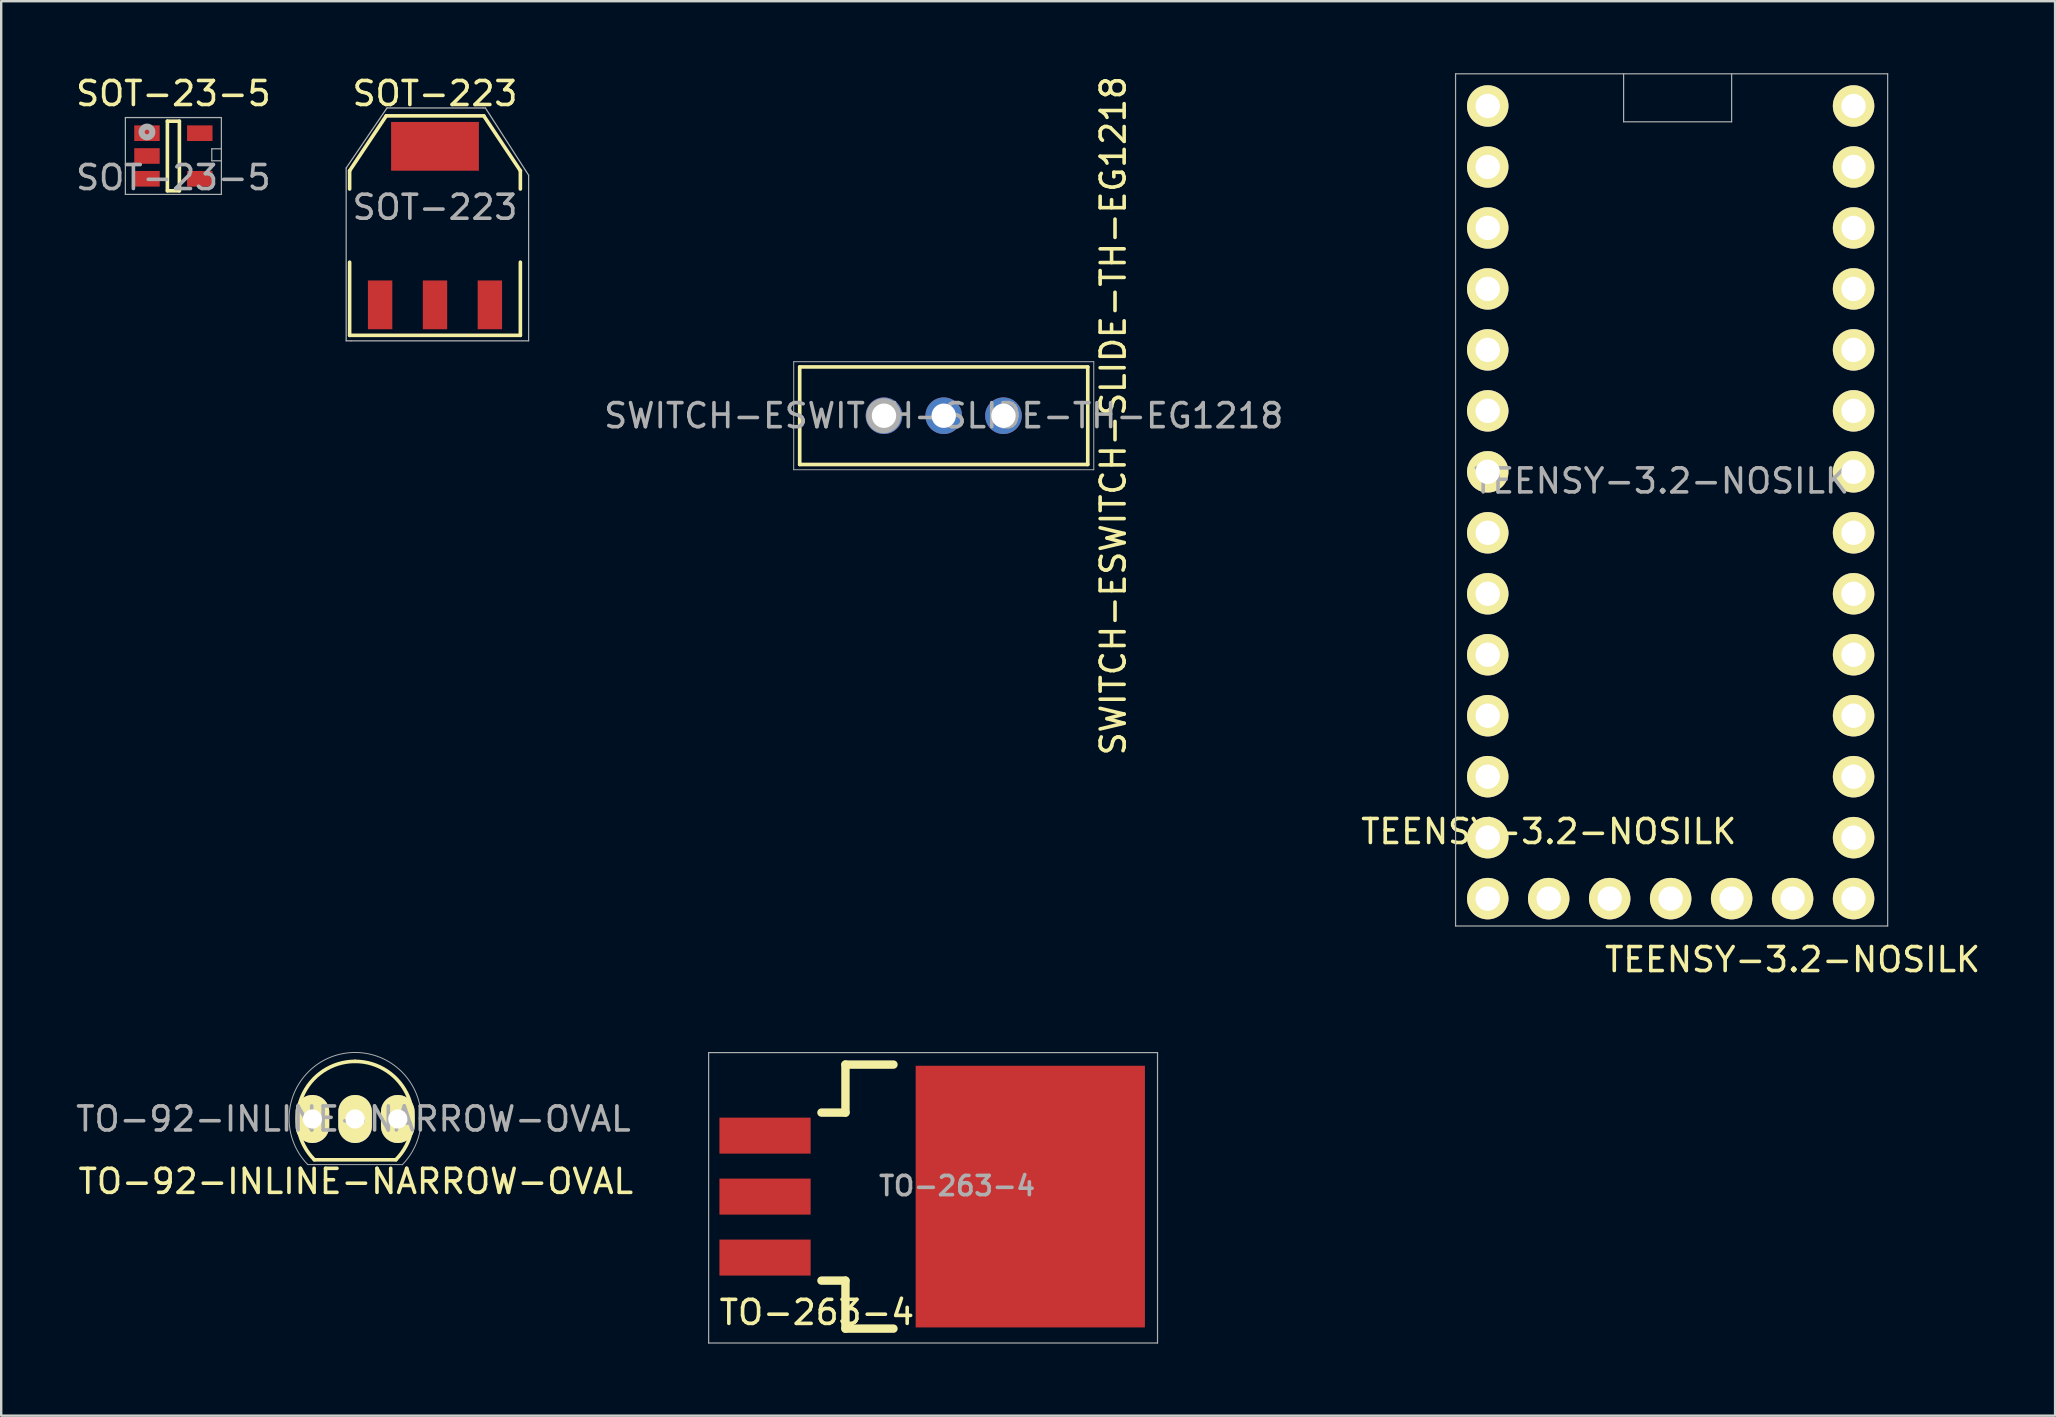
<source format=kicad_pcb>
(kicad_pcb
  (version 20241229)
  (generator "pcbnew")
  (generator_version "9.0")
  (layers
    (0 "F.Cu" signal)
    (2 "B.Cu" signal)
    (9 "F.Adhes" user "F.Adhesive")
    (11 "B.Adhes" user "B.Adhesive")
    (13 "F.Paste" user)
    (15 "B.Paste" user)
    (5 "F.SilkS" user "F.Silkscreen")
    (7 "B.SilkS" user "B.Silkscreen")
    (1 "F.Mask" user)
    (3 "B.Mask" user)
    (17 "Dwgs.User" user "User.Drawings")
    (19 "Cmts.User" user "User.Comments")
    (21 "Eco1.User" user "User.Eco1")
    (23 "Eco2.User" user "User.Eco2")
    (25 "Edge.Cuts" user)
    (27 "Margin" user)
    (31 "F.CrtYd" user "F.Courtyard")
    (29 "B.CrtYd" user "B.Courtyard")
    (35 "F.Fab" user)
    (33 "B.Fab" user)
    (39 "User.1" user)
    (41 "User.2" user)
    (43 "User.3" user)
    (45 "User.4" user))
  (footprint "TO-92-INLINE-NARROW-OVAL"
    (layer "F.Cu")
    (at 10.473 43.565)
    (property "Reference" "TO-92-INLINE-NARROW-OVAL" (at 1.2 0 180) (layer "F.Fab") (effects (font (size 1 1) (thickness 0.15))))
    (attr through_hole)
    (fp_line (start -0.43 1.7) (end 2.97 1.7) (stroke (width 0.15) (type solid)) (layer "F.SilkS"))
    (fp_arc (start -0.427056 1.697056) (mid -0.947311 -0.91844) (end 1.27 -2.4) (stroke (width 0.15) (type solid)) (layer "F.SilkS"))
    (fp_arc (start 1.27 -2.4) (mid 3.487311 -0.91844) (end 2.967056 1.697056) (stroke (width 0.15) (type solid)) (layer "F.SilkS"))
    (fp_line (start -0.7 1.9) (end 3.2 1.9) (stroke (width 0.041) (type solid)) (layer "F.Fab"))
    (fp_arc (start -0.7 1.9) (mid 1.27687 -2.77103) (end 3.230386 1.909815) (stroke (width 0.04064) (type solid)) (layer "F.Fab"))
    (fp_text user "${REFERENCE}" (at 1.3 2.6 180) (layer "F.SilkS") (effects (font (size 1 1) (thickness 0.15))))
    (pad "1" thru_hole oval (at -0.508 0 180) (size 1.4 2) (drill 0.8) (layers "*.Cu" "*.Mask" "F.SilkS"))
    (pad "2" thru_hole oval (at 1.27 0 180) (size 1.4 2) (drill 0.8) (layers "*.Cu" "*.Mask" "F.SilkS"))
    (pad "3" thru_hole oval (at 3.048 0 180) (size 1.4 2) (drill 0.8) (layers "*.Cu" "*.Mask" "F.SilkS")))
  (footprint "TO-263-4"
    (layer "F.Cu")
    (at 35.17 46.798)
    (property "Reference" "TO-263-4" (at 1.651 -0.445 0) (layer "F.Fab") (effects (font (size 0.8 0.8) (thickness 0.15))))
    (attr smd)
    (fp_line (start -3 -5.5) (end -3 -3.5) (stroke (width 0.35) (type solid)) (layer "F.SilkS"))
    (fp_line (start -3 -3.5) (end -4 -3.5) (stroke (width 0.35) (type solid)) (layer "F.SilkS"))
    (fp_line (start -3 3.5) (end -4 3.5) (stroke (width 0.35) (type solid)) (layer "F.SilkS"))
    (fp_line (start -3 5.5) (end -3 3.5) (stroke (width 0.35) (type solid)) (layer "F.SilkS"))
    (fp_line (start -1 -5.5) (end -3 -5.5) (stroke (width 0.35) (type solid)) (layer "F.SilkS"))
    (fp_line (start -1 5.5) (end -3 5.5) (stroke (width 0.35) (type solid)) (layer "F.SilkS"))
    (fp_line (start -8.7 -6) (end -8.7 6.1) (stroke (width 0.05) (type solid)) (layer "F.Fab"))
    (fp_line (start -8.7 6.1) (end 10 6.1) (stroke (width 0.05) (type solid)) (layer "F.Fab"))
    (fp_line (start 10 -6) (end -8.7 -6) (stroke (width 0.05) (type solid)) (layer "F.Fab"))
    (fp_line (start 10 6.1) (end 10 -6) (stroke (width 0.05) (type solid)) (layer "F.Fab"))
    (fp_text user "${REFERENCE}" (at -4.191 4.826 180) (layer "F.SilkS") (effects (font (size 1 1) (thickness 0.15))))
    (pad "" smd rect (at 1.5 -3 180) (size 2.3 2.3) (layers "F.Paste"))
    (pad "" smd rect (at 1.5 0 180) (size 2.3 2.3) (layers "F.Paste"))
    (pad "" smd rect (at 1.5 3 180) (size 2.3 2.3) (layers "F.Paste"))
    (pad "" smd rect (at 5 -3 180) (size 2.3 2.3) (layers "F.Paste"))
    (pad "" smd rect (at 5 0 180) (size 2.3 2.3) (layers "F.Paste"))
    (pad "" smd rect (at 5 3 180) (size 2.3 2.3) (layers "F.Paste"))
    (pad "1" smd rect (at -6.35 -2.54 180) (size 3.8 1.5) (layers "F.Cu" "F.Mask" "F.Paste"))
    (pad "2" smd rect (at -6.35 0 180) (size 3.8 1.5) (layers "F.Cu" "F.Mask" "F.Paste"))
    (pad "2" smd rect (at 4.7 0 180) (size 9.55 10.9) (layers "F.Cu" "F.Mask"))
    (pad "3" smd rect (at -6.35 2.54 180) (size 3.8 1.5) (layers "F.Cu" "F.Mask" "F.Paste")))
  (footprint "SOT-23-5"
    (layer "F.Cu")
    (at 4.173 3.448)
    (property "Reference" "SOT-23-5" (at 0 0.9 180) (layer "F.Fab") (effects (font (size 1 1) (thickness 0.15))))
    (attr smd)
    (fp_line (start -0.25 -1.45) (end -0.25 1.45) (stroke (width 0.15) (type solid)) (layer "F.SilkS"))
    (fp_line (start -0.25 1.45) (end 0.25 1.45) (stroke (width 0.15) (type solid)) (layer "F.SilkS"))
    (fp_line (start 0.25 -1.45) (end -0.25 -1.45) (stroke (width 0.15) (type solid)) (layer "F.SilkS"))
    (fp_line (start 0.25 1.45) (end 0.25 -1.45) (stroke (width 0.15) (type solid)) (layer "F.SilkS"))
    (fp_line (start -2 -1.6) (end 2 -1.6) (stroke (width 0.051) (type solid)) (layer "F.Fab"))
    (fp_line (start -2 1.6) (end -2 -1.6) (stroke (width 0.051) (type solid)) (layer "F.Fab"))
    (fp_line (start 1.6 -0.3) (end 1.6 0.2) (stroke (width 0.05) (type solid)) (layer "F.Fab"))
    (fp_line (start 1.6 0.2) (end 2 0.2) (stroke (width 0.05) (type solid)) (layer "F.Fab"))
    (fp_line (start 2 -1.6) (end 2 1.6) (stroke (width 0.051) (type solid)) (layer "F.Fab"))
    (fp_line (start 2 -0.3) (end 1.6 -0.3) (stroke (width 0.05) (type solid)) (layer "F.Fab"))
    (fp_line (start 2 1.6) (end -2 1.6) (stroke (width 0.051) (type solid)) (layer "F.Fab"))
    (fp_circle (center -1.1 -1) (end -1 -0.8) (stroke (width 0.254) (type solid)) (fill no) (layer "F.Fab"))
    (fp_text user "${REFERENCE}" (at 0 -2.6 0) (layer "F.SilkS") (effects (font (size 1 1) (thickness 0.15))))
    (pad "1" smd rect (at -1.1 -0.95) (size 1.06 0.65) (layers "F.Cu" "F.Mask" "F.Paste"))
    (pad "2" smd rect (at -1.1 0) (size 1.06 0.65) (layers "F.Cu" "F.Mask" "F.Paste"))
    (pad "3" smd rect (at -1.1 0.95) (size 1.06 0.65) (layers "F.Cu" "F.Mask" "F.Paste"))
    (pad "4" smd rect (at 1.1 0.95) (size 1.06 0.65) (layers "F.Cu" "F.Mask" "F.Paste"))
    (pad "5" smd rect (at 1.1 -0.95) (size 1.06 0.65) (layers "F.Cu" "F.Mask" "F.Paste")))
  (footprint "TEENSY-3.2-NOSILK"
    (layer "F.Cu")
    (at 66.165 17.113)
    (property "Reference" "TEENSY-3.2-NOSILK" (at 0 -0.127 0) (layer "F.Fab") (effects (font (size 1 1) (thickness 0.15))))
    (attr through_hole)
    (fp_line (start -8.579 -17.088) (end -8.579 18.412) (stroke (width 0.05) (type solid)) (layer "F.Fab"))
    (fp_line (start -8.579 18.412) (end 9.421 18.412) (stroke (width 0.05) (type solid)) (layer "F.Fab"))
    (fp_line (start -1.579 -17.088) (end -1.579 -15.088) (stroke (width 0.05) (type solid)) (layer "F.Fab"))
    (fp_line (start -1.579 -15.088) (end 2.921 -15.088) (stroke (width 0.05) (type solid)) (layer "F.Fab"))
    (fp_line (start 2.921 -15.088) (end 2.921 -17.088) (stroke (width 0.05) (type solid)) (layer "F.Fab"))
    (fp_line (start 9.421 -17.088) (end -8.579 -17.088) (stroke (width 0.05) (type solid)) (layer "F.Fab"))
    (fp_line (start 9.421 18.412) (end 9.421 -17.088) (stroke (width 0.05) (type solid)) (layer "F.Fab"))
    (fp_text user "${REFERENCE}" (at -4.699 14.478 0) (layer "F.SilkS") (effects (font (size 1 1) (thickness 0.15))))
    (fp_text user "${REFERENCE}" (at 5.461 19.812 0) (layer "F.SilkS") (effects (font (size 1 1) (thickness 0.15))))
    (pad "0" thru_hole circle (at -7.239 -13.208) (size 1.727 1.727) (drill 1.016) (layers "*.Cu" "*.Mask" "F.SilkS"))
    (pad "1" thru_hole circle (at -7.239 -10.668) (size 1.727 1.727) (drill 1.016) (layers "*.Cu" "*.Mask" "F.SilkS"))
    (pad "2" thru_hole circle (at -7.239 -8.128) (size 1.727 1.727) (drill 1.016) (layers "*.Cu" "*.Mask" "F.SilkS"))
    (pad "3" thru_hole circle (at -7.239 -5.588) (size 1.727 1.727) (drill 1.016) (layers "*.Cu" "*.Mask" "F.SilkS"))
    (pad "3V1" thru_hole circle (at -2.159 17.272) (size 1.727 1.727) (drill 1.016) (layers "*.Cu" "*.Mask" "F.SilkS"))
    (pad "3V2" thru_hole circle (at 8.001 -10.668) (size 1.727 1.727) (drill 1.016) (layers "*.Cu" "*.Mask" "F.SilkS"))
    (pad "4" thru_hole circle (at -7.239 -3.048) (size 1.727 1.727) (drill 1.016) (layers "*.Cu" "*.Mask" "F.SilkS"))
    (pad "5" thru_hole circle (at -7.239 -0.508) (size 1.727 1.727) (drill 1.016) (layers "*.Cu" "*.Mask" "F.SilkS"))
    (pad "6" thru_hole circle (at -7.239 2.032) (size 1.727 1.727) (drill 1.016) (layers "*.Cu" "*.Mask" "F.SilkS"))
    (pad "7" thru_hole circle (at -7.239 4.572) (size 1.727 1.727) (drill 1.016) (layers "*.Cu" "*.Mask" "F.SilkS"))
    (pad "8" thru_hole circle (at -7.239 7.112) (size 1.727 1.727) (drill 1.016) (layers "*.Cu" "*.Mask" "F.SilkS"))
    (pad "9" thru_hole circle (at -7.239 9.652) (size 1.727 1.727) (drill 1.016) (layers "*.Cu" "*.Mask" "F.SilkS"))
    (pad "10" thru_hole circle (at -7.239 12.192) (size 1.727 1.727) (drill 1.016) (layers "*.Cu" "*.Mask" "F.SilkS"))
    (pad "11" thru_hole circle (at -7.239 14.732) (size 1.727 1.727) (drill 1.016) (layers "*.Cu" "*.Mask" "F.SilkS"))
    (pad "12" thru_hole circle (at -7.239 17.272) (size 1.727 1.727) (drill 1.016) (layers "*.Cu" "*.Mask" "F.SilkS"))
    (pad "13" thru_hole circle (at 8.001 17.272) (size 1.727 1.727) (drill 1.016) (layers "*.Cu" "*.Mask" "F.SilkS"))
    (pad "14" thru_hole circle (at 8.001 14.732) (size 1.727 1.727) (drill 1.016) (layers "*.Cu" "*.Mask" "F.SilkS"))
    (pad "15" thru_hole circle (at 8.001 12.192) (size 1.727 1.727) (drill 1.016) (layers "*.Cu" "*.Mask" "F.SilkS"))
    (pad "16" thru_hole circle (at 8.001 9.652) (size 1.727 1.727) (drill 1.016) (layers "*.Cu" "*.Mask" "F.SilkS"))
    (pad "17" thru_hole circle (at 8.001 7.112) (size 1.727 1.727) (drill 1.016) (layers "*.Cu" "*.Mask" "F.SilkS"))
    (pad "18" thru_hole circle (at 8.001 4.572) (size 1.727 1.727) (drill 1.016) (layers "*.Cu" "*.Mask" "F.SilkS"))
    (pad "19" thru_hole circle (at 8.001 2.032) (size 1.727 1.727) (drill 1.016) (layers "*.Cu" "*.Mask" "F.SilkS"))
    (pad "20" thru_hole circle (at 8.001 -0.508) (size 1.727 1.727) (drill 1.016) (layers "*.Cu" "*.Mask" "F.SilkS"))
    (pad "21" thru_hole circle (at 8.001 -3.048) (size 1.727 1.727) (drill 1.016) (layers "*.Cu" "*.Mask" "F.SilkS"))
    (pad "22" thru_hole circle (at 8.001 -5.588) (size 1.727 1.727) (drill 1.016) (layers "*.Cu" "*.Mask" "F.SilkS"))
    (pad "23" thru_hole circle (at 8.001 -8.128) (size 1.727 1.727) (drill 1.016) (layers "*.Cu" "*.Mask" "F.SilkS"))
    (pad "AG" thru_hole circle (at 8.001 -13.208) (size 1.727 1.727) (drill 1.016) (layers "*.Cu" "*.Mask" "F.SilkS"))
    (pad "DAC" thru_hole circle (at 5.461 17.272) (size 1.727 1.727) (drill 1.016) (layers "*.Cu" "*.Mask" "F.SilkS"))
    (pad "G1" thru_hole circle (at -7.239 -15.748) (size 1.727 1.727) (drill 1.016) (layers "*.Cu" "*.Mask" "F.SilkS"))
    (pad "G2" thru_hole circle (at 0.381 17.272) (size 1.727 1.727) (drill 1.016) (layers "*.Cu" "*.Mask" "F.SilkS"))
    (pad "PGM" thru_hole circle (at 2.921 17.272) (size 1.727 1.727) (drill 1.016) (layers "*.Cu" "*.Mask" "F.SilkS"))
    (pad "VBAT" thru_hole circle (at -4.699 17.272) (size 1.727 1.727) (drill 1.016) (layers "*.Cu" "*.Mask" "F.SilkS"))
    (pad "VIN" thru_hole circle (at 8.001 -15.748) (size 1.727 1.727) (drill 1.016) (layers "*.Cu" "*.Mask" "F.SilkS")))
  (footprint "SOT-223"
    (layer "F.Cu")
    (at 15.071 6.348)
    (property "Reference" "SOT-223" (at 0 -0.762 0) (layer "F.Fab") (effects (font (size 1 1) (thickness 0.15))))
    (attr smd)
    (fp_line (start -3.556 -2.286) (end -2.032 -4.572) (stroke (width 0.15) (type solid)) (layer "F.SilkS"))
    (fp_line (start -3.556 -1.524) (end -3.556 -2.286) (stroke (width 0.15) (type solid)) (layer "F.SilkS"))
    (fp_line (start -3.556 1.524) (end -3.556 4.572) (stroke (width 0.15) (type solid)) (layer "F.SilkS"))
    (fp_line (start -3.556 4.572) (end 3.556 4.572) (stroke (width 0.15) (type solid)) (layer "F.SilkS"))
    (fp_line (start -2.032 -4.572) (end 2.032 -4.572) (stroke (width 0.15) (type solid)) (layer "F.SilkS"))
    (fp_line (start 2.032 -4.572) (end 3.556 -2.286) (stroke (width 0.15) (type solid)) (layer "F.SilkS"))
    (fp_line (start 3.556 -2.286) (end 3.556 -1.524) (stroke (width 0.15) (type solid)) (layer "F.SilkS"))
    (fp_line (start 3.556 4.572) (end 3.556 1.524) (stroke (width 0.15) (type solid)) (layer "F.SilkS"))
    (fp_line (start -3.7 -2.4) (end -2 -4.9) (stroke (width 0.051) (type solid)) (layer "F.Fab"))
    (fp_line (start -3.7 4.8) (end -3.7 -2.4) (stroke (width 0.051) (type solid)) (layer "F.Fab"))
    (fp_line (start -3.5 4.8) (end -3.7 4.8) (stroke (width 0.051) (type solid)) (layer "F.Fab"))
    (fp_line (start -2 -4.9) (end 2 -4.9) (stroke (width 0.051) (type solid)) (layer "F.Fab"))
    (fp_line (start 2 -4.9) (end 2.1 -4.9) (stroke (width 0.051) (type solid)) (layer "F.Fab"))
    (fp_line (start 2.1 -4.9) (end 3.9 -2.1) (stroke (width 0.051) (type solid)) (layer "F.Fab"))
    (fp_line (start 3.9 -2.1) (end 3.9 4.8) (stroke (width 0.051) (type solid)) (layer "F.Fab"))
    (fp_line (start 3.9 4.8) (end -3.5 4.8) (stroke (width 0.051) (type solid)) (layer "F.Fab"))
    (fp_text user "${REFERENCE}" (at 0 -5.5 0) (layer "F.SilkS") (effects (font (size 1 1) (thickness 0.15))))
    (pad "1" smd rect (at -2.286 3.302) (size 1.016 2.032) (layers "F.Cu" "F.Mask" "F.Paste"))
    (pad "2" smd rect (at 0 3.302) (size 1.016 2.032) (layers "F.Cu" "F.Mask" "F.Paste"))
    (pad "3" smd rect (at 2.286 3.302) (size 1.016 2.032) (layers "F.Cu" "F.Mask" "F.Paste"))
    (pad "4" smd rect (at 0 -3.302) (size 3.658 2.032) (layers "F.Cu" "F.Mask" "F.Paste")))
  (footprint "SWITCH-ESWITCH-SLIDE-TH-EG1218"
    (layer "F.Cu")
    (at 36.264 14.268)
    (property "Reference" "SWITCH-ESWITCH-SLIDE-TH-EG1218" (at 0 0 180) (layer "F.Fab") (effects (font (size 1 1) (thickness 0.15))))
    (attr through_hole)
    (fp_line (start -6 -2.032) (end -6 2.032) (stroke (width 0.152) (type solid)) (layer "F.SilkS"))
    (fp_line (start 6 -2.032) (end -6 -2.032) (stroke (width 0.152) (type solid)) (layer "F.SilkS"))
    (fp_line (start 6 -2.032) (end 6 2.032) (stroke (width 0.152) (type solid)) (layer "F.SilkS"))
    (fp_line (start 6 2.032) (end -6 2.032) (stroke (width 0.152) (type solid)) (layer "F.SilkS"))
    (fp_line (start -6.25 -2.25) (end -6.25 2.25) (stroke (width 0.041) (type solid)) (layer "F.Fab"))
    (fp_line (start -6.25 2.25) (end 6.25 2.25) (stroke (width 0.041) (type solid)) (layer "F.Fab"))
    (fp_line (start 6.25 -2.25) (end -6.25 -2.25) (stroke (width 0.041) (type solid)) (layer "F.Fab"))
    (fp_line (start 6.25 2.25) (end 6.25 -2.25) (stroke (width 0.041) (type solid)) (layer "F.Fab"))
    (fp_circle (center -2.5 0) (end -2.4 0.2) (stroke (width 0.508) (type solid)) (fill no) (layer "F.Fab"))
    (fp_text user "${REFERENCE}" (at 7.061 0 90) (layer "F.SilkS") (effects (font (size 1 1) (thickness 0.15))))
    (pad "1" thru_hole circle (at -2.489 0) (size 1.524 1.524) (drill 1.016) (layers "*.Cu" "*.Mask"))
    (pad "2" thru_hole circle (at 0 0) (size 1.524 1.524) (drill 1.016) (layers "*.Cu" "*.Mask"))
    (pad "3" thru_hole circle (at 2.489 0) (size 1.524 1.524) (drill 1.016) (layers "*.Cu" "*.Mask")))
  (gr_rect
    (start -3 -3)
    (end 82.561 55.923)
    (stroke (width 0.1) (type default))
    (fill no)
    (layer "Edge.Cuts")))
</source>
